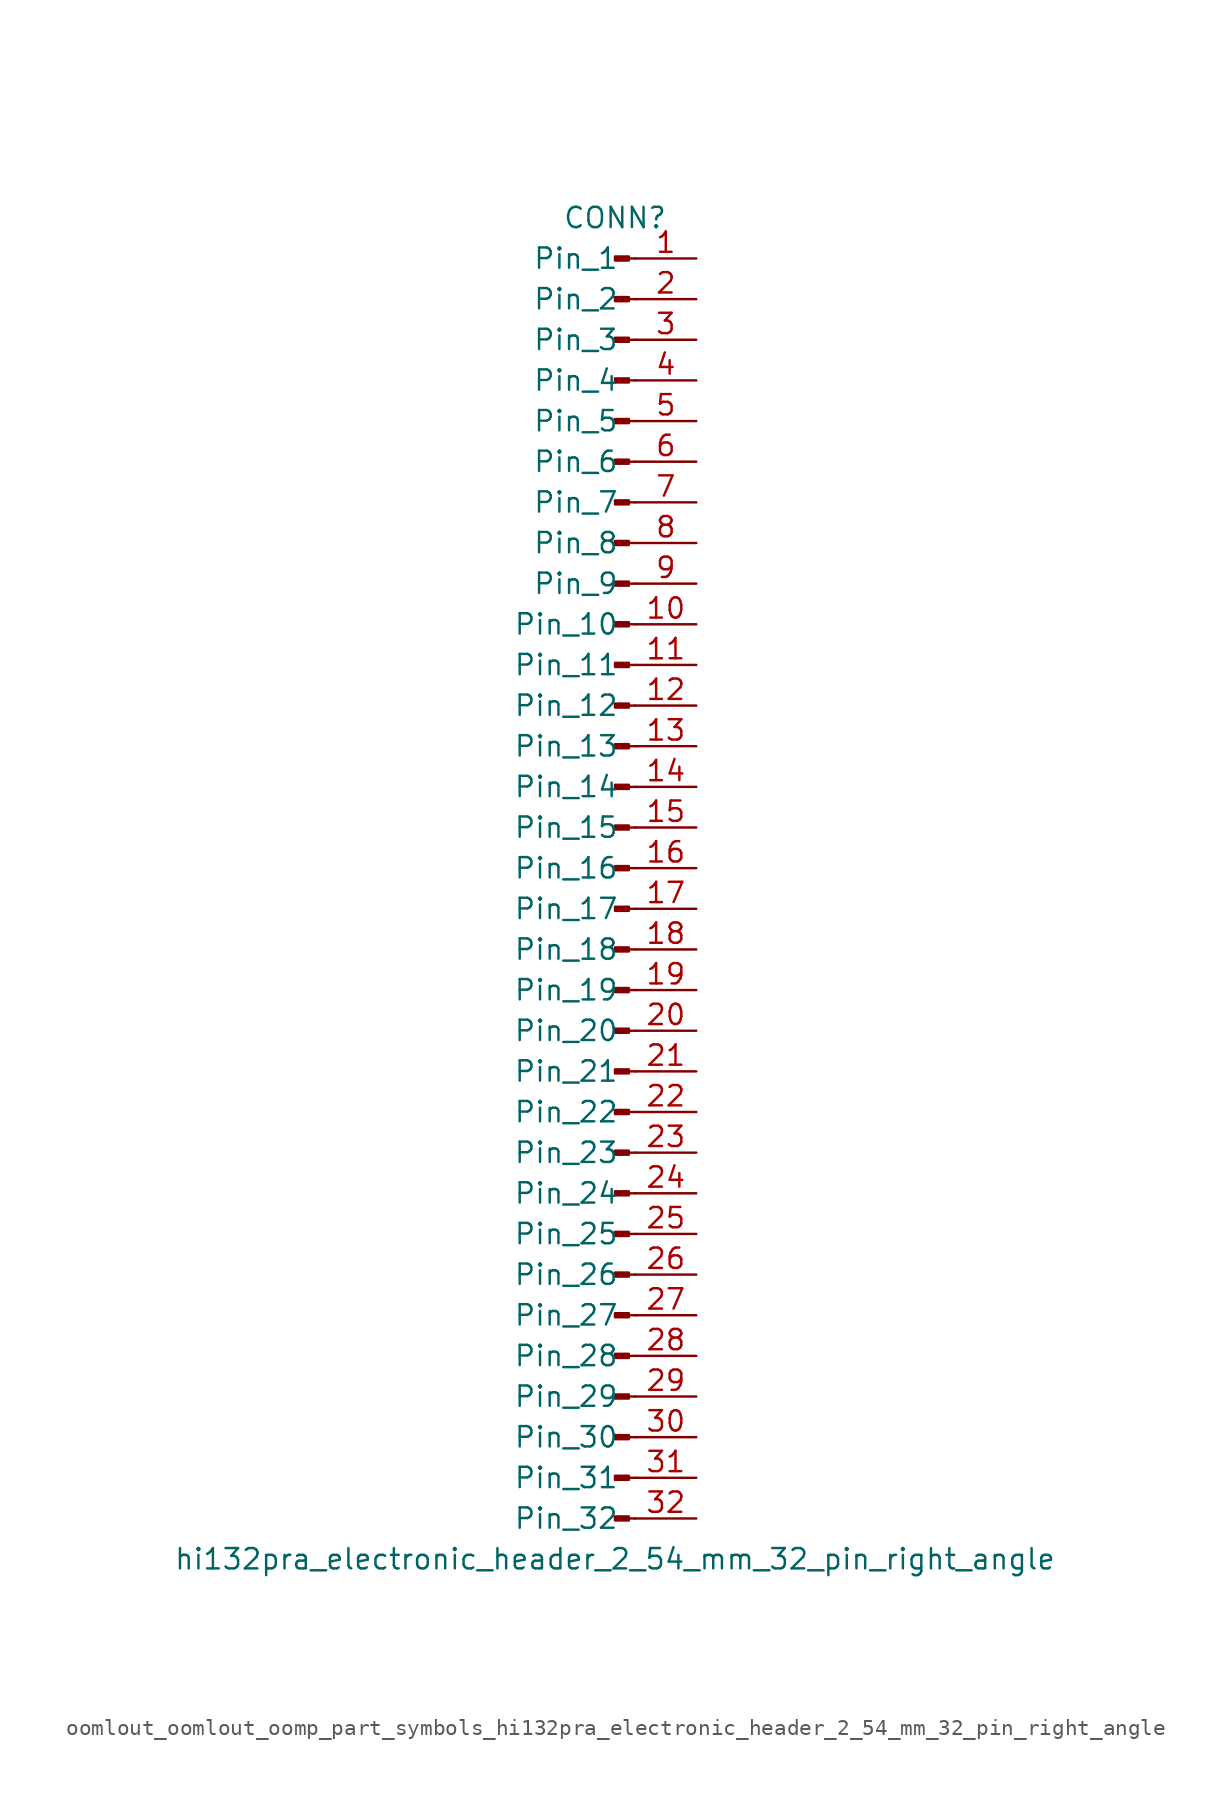
<source format=kicad_sym>
(kicad_symbol_lib
  (version 20220914)
  (generator kicad_symbol_editor)
  (symbol "oomlout_oomlout_oomp_part_symbols_hi132pra_electronic_header_2_54_mm_32_pin_right_angle"
    (pin_names
      (offset 1.016))
    (property "Reference" "CONN"
      (at 0 40.64 0)
      (effects (font (size 1.27 1.27))))
    (property "Value" "hi132pra_electronic_header_2_54_mm_32_pin_right_angle"
      (at 0 -43.18 0)
      (effects (font (size 1.27 1.27))))
    (property "ki_locked" ""
      (at 0 0 0)
      (effects (font (size 1.27 1.27))))
    (symbol "oomlout_oomlout_oomp_part_symbols_hi132pra_electronic_header_2_54_mm_32_pin_right_angle_1_1"
      (polyline (pts (xy 1.27 -40.64) (xy 0.864 -40.64)) (stroke (width 0.152) (type default)) (fill (type none)))
      (polyline (pts (xy 1.27 -38.1) (xy 0.864 -38.1)) (stroke (width 0.152) (type default)) (fill (type none)))
      (polyline (pts (xy 1.27 -35.56) (xy 0.864 -35.56)) (stroke (width 0.152) (type default)) (fill (type none)))
      (polyline (pts (xy 1.27 -33.02) (xy 0.864 -33.02)) (stroke (width 0.152) (type default)) (fill (type none)))
      (polyline (pts (xy 1.27 -30.48) (xy 0.864 -30.48)) (stroke (width 0.152) (type default)) (fill (type none)))
      (polyline (pts (xy 1.27 -27.94) (xy 0.864 -27.94)) (stroke (width 0.152) (type default)) (fill (type none)))
      (polyline (pts (xy 1.27 -25.4) (xy 0.864 -25.4)) (stroke (width 0.152) (type default)) (fill (type none)))
      (polyline (pts (xy 1.27 -22.86) (xy 0.864 -22.86)) (stroke (width 0.152) (type default)) (fill (type none)))
      (polyline (pts (xy 1.27 -20.32) (xy 0.864 -20.32)) (stroke (width 0.152) (type default)) (fill (type none)))
      (polyline (pts (xy 1.27 -17.78) (xy 0.864 -17.78)) (stroke (width 0.152) (type default)) (fill (type none)))
      (polyline (pts (xy 1.27 -15.24) (xy 0.864 -15.24)) (stroke (width 0.152) (type default)) (fill (type none)))
      (polyline (pts (xy 1.27 -12.7) (xy 0.864 -12.7)) (stroke (width 0.152) (type default)) (fill (type none)))
      (polyline (pts (xy 1.27 -10.16) (xy 0.864 -10.16)) (stroke (width 0.152) (type default)) (fill (type none)))
      (polyline (pts (xy 1.27 -7.62) (xy 0.864 -7.62)) (stroke (width 0.152) (type default)) (fill (type none)))
      (polyline (pts (xy 1.27 -5.08) (xy 0.864 -5.08)) (stroke (width 0.152) (type default)) (fill (type none)))
      (polyline (pts (xy 1.27 -2.54) (xy 0.864 -2.54)) (stroke (width 0.152) (type default)) (fill (type none)))
      (polyline (pts (xy 1.27 0) (xy 0.864 0)) (stroke (width 0.152) (type default)) (fill (type none)))
      (polyline (pts (xy 1.27 2.54) (xy 0.864 2.54)) (stroke (width 0.152) (type default)) (fill (type none)))
      (polyline (pts (xy 1.27 5.08) (xy 0.864 5.08)) (stroke (width 0.152) (type default)) (fill (type none)))
      (polyline (pts (xy 1.27 7.62) (xy 0.864 7.62)) (stroke (width 0.152) (type default)) (fill (type none)))
      (polyline (pts (xy 1.27 10.16) (xy 0.864 10.16)) (stroke (width 0.152) (type default)) (fill (type none)))
      (polyline (pts (xy 1.27 12.7) (xy 0.864 12.7)) (stroke (width 0.152) (type default)) (fill (type none)))
      (polyline (pts (xy 1.27 15.24) (xy 0.864 15.24)) (stroke (width 0.152) (type default)) (fill (type none)))
      (polyline (pts (xy 1.27 17.78) (xy 0.864 17.78)) (stroke (width 0.152) (type default)) (fill (type none)))
      (polyline (pts (xy 1.27 20.32) (xy 0.864 20.32)) (stroke (width 0.152) (type default)) (fill (type none)))
      (polyline (pts (xy 1.27 22.86) (xy 0.864 22.86)) (stroke (width 0.152) (type default)) (fill (type none)))
      (polyline (pts (xy 1.27 25.4) (xy 0.864 25.4)) (stroke (width 0.152) (type default)) (fill (type none)))
      (polyline (pts (xy 1.27 27.94) (xy 0.864 27.94)) (stroke (width 0.152) (type default)) (fill (type none)))
      (polyline (pts (xy 1.27 30.48) (xy 0.864 30.48)) (stroke (width 0.152) (type default)) (fill (type none)))
      (polyline (pts (xy 1.27 33.02) (xy 0.864 33.02)) (stroke (width 0.152) (type default)) (fill (type none)))
      (polyline (pts (xy 1.27 35.56) (xy 0.864 35.56)) (stroke (width 0.152) (type default)) (fill (type none)))
      (polyline (pts (xy 1.27 38.1) (xy 0.864 38.1)) (stroke (width 0.152) (type default)) (fill (type none)))
      (rectangle (start 0.864 -40.513) (end 0 -40.767) (stroke (width 0.152) (type default)) (fill (type outline)))
      (rectangle (start 0.864 -37.973) (end 0 -38.227) (stroke (width 0.152) (type default)) (fill (type outline)))
      (rectangle (start 0.864 -35.433) (end 0 -35.687) (stroke (width 0.152) (type default)) (fill (type outline)))
      (rectangle (start 0.864 -32.893) (end 0 -33.147) (stroke (width 0.152) (type default)) (fill (type outline)))
      (rectangle (start 0.864 -30.353) (end 0 -30.607) (stroke (width 0.152) (type default)) (fill (type outline)))
      (rectangle (start 0.864 -27.813) (end 0 -28.067) (stroke (width 0.152) (type default)) (fill (type outline)))
      (rectangle (start 0.864 -25.273) (end 0 -25.527) (stroke (width 0.152) (type default)) (fill (type outline)))
      (rectangle (start 0.864 -22.733) (end 0 -22.987) (stroke (width 0.152) (type default)) (fill (type outline)))
      (rectangle (start 0.864 -20.193) (end 0 -20.447) (stroke (width 0.152) (type default)) (fill (type outline)))
      (rectangle (start 0.864 -17.653) (end 0 -17.907) (stroke (width 0.152) (type default)) (fill (type outline)))
      (rectangle (start 0.864 -15.113) (end 0 -15.367) (stroke (width 0.152) (type default)) (fill (type outline)))
      (rectangle (start 0.864 -12.573) (end 0 -12.827) (stroke (width 0.152) (type default)) (fill (type outline)))
      (rectangle (start 0.864 -10.033) (end 0 -10.287) (stroke (width 0.152) (type default)) (fill (type outline)))
      (rectangle (start 0.864 -7.493) (end 0 -7.747) (stroke (width 0.152) (type default)) (fill (type outline)))
      (rectangle (start 0.864 -4.953) (end 0 -5.207) (stroke (width 0.152) (type default)) (fill (type outline)))
      (rectangle (start 0.864 -2.413) (end 0 -2.667) (stroke (width 0.152) (type default)) (fill (type outline)))
      (rectangle (start 0.864 0.127) (end 0 -0.127) (stroke (width 0.152) (type default)) (fill (type outline)))
      (rectangle (start 0.864 2.667) (end 0 2.413) (stroke (width 0.152) (type default)) (fill (type outline)))
      (rectangle (start 0.864 5.207) (end 0 4.953) (stroke (width 0.152) (type default)) (fill (type outline)))
      (rectangle (start 0.864 7.747) (end 0 7.493) (stroke (width 0.152) (type default)) (fill (type outline)))
      (rectangle (start 0.864 10.287) (end 0 10.033) (stroke (width 0.152) (type default)) (fill (type outline)))
      (rectangle (start 0.864 12.827) (end 0 12.573) (stroke (width 0.152) (type default)) (fill (type outline)))
      (rectangle (start 0.864 15.367) (end 0 15.113) (stroke (width 0.152) (type default)) (fill (type outline)))
      (rectangle (start 0.864 17.907) (end 0 17.653) (stroke (width 0.152) (type default)) (fill (type outline)))
      (rectangle (start 0.864 20.447) (end 0 20.193) (stroke (width 0.152) (type default)) (fill (type outline)))
      (rectangle (start 0.864 22.987) (end 0 22.733) (stroke (width 0.152) (type default)) (fill (type outline)))
      (rectangle (start 0.864 25.527) (end 0 25.273) (stroke (width 0.152) (type default)) (fill (type outline)))
      (rectangle (start 0.864 28.067) (end 0 27.813) (stroke (width 0.152) (type default)) (fill (type outline)))
      (rectangle (start 0.864 30.607) (end 0 30.353) (stroke (width 0.152) (type default)) (fill (type outline)))
      (rectangle (start 0.864 33.147) (end 0 32.893) (stroke (width 0.152) (type default)) (fill (type outline)))
      (rectangle (start 0.864 35.687) (end 0 35.433) (stroke (width 0.152) (type default)) (fill (type outline)))
      (rectangle (start 0.864 38.227) (end 0 37.973) (stroke (width 0.152) (type default)) (fill (type outline)))
      (pin passive line (at 5.08 38.1 180) (length 3.81) (name "Pin_1" (effects (font (size 1.27 1.27)))) (number "1" (effects (font (size 1.27 1.27)))))
      (pin passive line (at 5.08 15.24 180) (length 3.81) (name "Pin_10" (effects (font (size 1.27 1.27)))) (number "10" (effects (font (size 1.27 1.27)))))
      (pin passive line (at 5.08 12.7 180) (length 3.81) (name "Pin_11" (effects (font (size 1.27 1.27)))) (number "11" (effects (font (size 1.27 1.27)))))
      (pin passive line (at 5.08 10.16 180) (length 3.81) (name "Pin_12" (effects (font (size 1.27 1.27)))) (number "12" (effects (font (size 1.27 1.27)))))
      (pin passive line (at 5.08 7.62 180) (length 3.81) (name "Pin_13" (effects (font (size 1.27 1.27)))) (number "13" (effects (font (size 1.27 1.27)))))
      (pin passive line (at 5.08 5.08 180) (length 3.81) (name "Pin_14" (effects (font (size 1.27 1.27)))) (number "14" (effects (font (size 1.27 1.27)))))
      (pin passive line (at 5.08 2.54 180) (length 3.81) (name "Pin_15" (effects (font (size 1.27 1.27)))) (number "15" (effects (font (size 1.27 1.27)))))
      (pin passive line (at 5.08 0 180) (length 3.81) (name "Pin_16" (effects (font (size 1.27 1.27)))) (number "16" (effects (font (size 1.27 1.27)))))
      (pin passive line (at 5.08 -2.54 180) (length 3.81) (name "Pin_17" (effects (font (size 1.27 1.27)))) (number "17" (effects (font (size 1.27 1.27)))))
      (pin passive line (at 5.08 -5.08 180) (length 3.81) (name "Pin_18" (effects (font (size 1.27 1.27)))) (number "18" (effects (font (size 1.27 1.27)))))
      (pin passive line (at 5.08 -7.62 180) (length 3.81) (name "Pin_19" (effects (font (size 1.27 1.27)))) (number "19" (effects (font (size 1.27 1.27)))))
      (pin passive line (at 5.08 35.56 180) (length 3.81) (name "Pin_2" (effects (font (size 1.27 1.27)))) (number "2" (effects (font (size 1.27 1.27)))))
      (pin passive line (at 5.08 -10.16 180) (length 3.81) (name "Pin_20" (effects (font (size 1.27 1.27)))) (number "20" (effects (font (size 1.27 1.27)))))
      (pin passive line (at 5.08 -12.7 180) (length 3.81) (name "Pin_21" (effects (font (size 1.27 1.27)))) (number "21" (effects (font (size 1.27 1.27)))))
      (pin passive line (at 5.08 -15.24 180) (length 3.81) (name "Pin_22" (effects (font (size 1.27 1.27)))) (number "22" (effects (font (size 1.27 1.27)))))
      (pin passive line (at 5.08 -17.78 180) (length 3.81) (name "Pin_23" (effects (font (size 1.27 1.27)))) (number "23" (effects (font (size 1.27 1.27)))))
      (pin passive line (at 5.08 -20.32 180) (length 3.81) (name "Pin_24" (effects (font (size 1.27 1.27)))) (number "24" (effects (font (size 1.27 1.27)))))
      (pin passive line (at 5.08 -22.86 180) (length 3.81) (name "Pin_25" (effects (font (size 1.27 1.27)))) (number "25" (effects (font (size 1.27 1.27)))))
      (pin passive line (at 5.08 -25.4 180) (length 3.81) (name "Pin_26" (effects (font (size 1.27 1.27)))) (number "26" (effects (font (size 1.27 1.27)))))
      (pin passive line (at 5.08 -27.94 180) (length 3.81) (name "Pin_27" (effects (font (size 1.27 1.27)))) (number "27" (effects (font (size 1.27 1.27)))))
      (pin passive line (at 5.08 -30.48 180) (length 3.81) (name "Pin_28" (effects (font (size 1.27 1.27)))) (number "28" (effects (font (size 1.27 1.27)))))
      (pin passive line (at 5.08 -33.02 180) (length 3.81) (name "Pin_29" (effects (font (size 1.27 1.27)))) (number "29" (effects (font (size 1.27 1.27)))))
      (pin passive line (at 5.08 33.02 180) (length 3.81) (name "Pin_3" (effects (font (size 1.27 1.27)))) (number "3" (effects (font (size 1.27 1.27)))))
      (pin passive line (at 5.08 -35.56 180) (length 3.81) (name "Pin_30" (effects (font (size 1.27 1.27)))) (number "30" (effects (font (size 1.27 1.27)))))
      (pin passive line (at 5.08 -38.1 180) (length 3.81) (name "Pin_31" (effects (font (size 1.27 1.27)))) (number "31" (effects (font (size 1.27 1.27)))))
      (pin passive line (at 5.08 -40.64 180) (length 3.81) (name "Pin_32" (effects (font (size 1.27 1.27)))) (number "32" (effects (font (size 1.27 1.27)))))
      (pin passive line (at 5.08 30.48 180) (length 3.81) (name "Pin_4" (effects (font (size 1.27 1.27)))) (number "4" (effects (font (size 1.27 1.27)))))
      (pin passive line (at 5.08 27.94 180) (length 3.81) (name "Pin_5" (effects (font (size 1.27 1.27)))) (number "5" (effects (font (size 1.27 1.27)))))
      (pin passive line (at 5.08 25.4 180) (length 3.81) (name "Pin_6" (effects (font (size 1.27 1.27)))) (number "6" (effects (font (size 1.27 1.27)))))
      (pin passive line (at 5.08 22.86 180) (length 3.81) (name "Pin_7" (effects (font (size 1.27 1.27)))) (number "7" (effects (font (size 1.27 1.27)))))
      (pin passive line (at 5.08 20.32 180) (length 3.81) (name "Pin_8" (effects (font (size 1.27 1.27)))) (number "8" (effects (font (size 1.27 1.27)))))
      (pin passive line (at 5.08 17.78 180) (length 3.81) (name "Pin_9" (effects (font (size 1.27 1.27)))) (number "9" (effects (font (size 1.27 1.27))))))))
</source>
